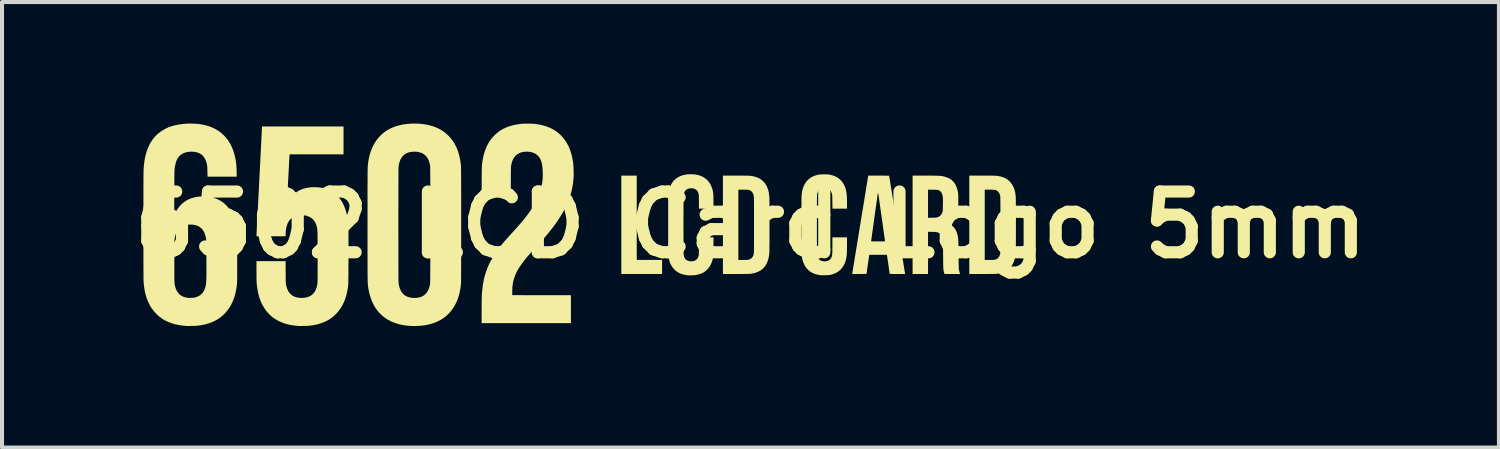
<source format=kicad_pcb>
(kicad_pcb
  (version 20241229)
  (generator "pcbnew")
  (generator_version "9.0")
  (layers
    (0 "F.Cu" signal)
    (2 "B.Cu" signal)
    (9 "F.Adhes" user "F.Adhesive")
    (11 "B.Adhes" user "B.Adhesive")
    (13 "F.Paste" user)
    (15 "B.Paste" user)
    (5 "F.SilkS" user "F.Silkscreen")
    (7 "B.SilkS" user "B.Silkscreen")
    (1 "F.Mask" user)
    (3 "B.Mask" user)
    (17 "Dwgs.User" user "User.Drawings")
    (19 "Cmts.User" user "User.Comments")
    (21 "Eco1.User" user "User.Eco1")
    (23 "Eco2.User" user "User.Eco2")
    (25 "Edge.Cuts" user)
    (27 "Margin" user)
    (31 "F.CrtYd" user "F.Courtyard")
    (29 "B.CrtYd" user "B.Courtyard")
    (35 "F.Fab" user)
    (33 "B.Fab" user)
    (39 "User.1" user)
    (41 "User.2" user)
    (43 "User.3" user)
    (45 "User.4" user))
  (footprint "6502 LCD Card Logo 5mm"
    (layer "F.Cu")
    (at 15.479 2.5)
    (property "Reference" "6502 LCD Card Logo 5mm" (at 0 0 0) (layer "F.SilkS") (effects (font (size 1.5 1.5) (thickness 0.3))))
    (attr board_only exclude_from_pos_files exclude_from_bom)
    (fp_poly (pts (xy -2.809 -0.173) (xy -2.809 0.867) (xy -2.496 0.867) (xy -2.183 0.867) (xy -2.183 1.041) (xy -2.183 1.214) (xy -2.686 1.214) (xy -3.19 1.214) (xy -3.19 0) (xy -3.19 -1.214) (xy -2.999 -1.214) (xy -2.809 -1.214)) (stroke (width 0) (type solid)) (fill yes) (layer "F.SilkS"))
    (fp_poly (pts (xy -0.3 -1.214) (xy -0.244 -1.214) (xy -0.196 -1.214) (xy -0.155 -1.214) (xy -0.12 -1.213) (xy -0.09 -1.213) (xy -0.064 -1.212) (xy -0.043 -1.211) (xy -0.026 -1.211) (xy -0.011 -1.21) (xy 0.001 -1.208) (xy 0.007 -1.208) (xy 0.077 -1.196) (xy 0.141 -1.178) (xy 0.2 -1.154) (xy 0.252 -1.124) (xy 0.298 -1.088) (xy 0.339 -1.047) (xy 0.354 -1.028) (xy 0.386 -0.98) (xy 0.413 -0.927) (xy 0.434 -0.869) (xy 0.45 -0.807) (xy 0.46 -0.738) (xy 0.465 -0.687) (xy 0.466 -0.674) (xy 0.466 -0.653) (xy 0.467 -0.625) (xy 0.467 -0.59) (xy 0.468 -0.549) (xy 0.468 -0.503) (xy 0.468 -0.452) (xy 0.469 -0.396) (xy 0.469 -0.337) (xy 0.469 -0.275) (xy 0.469 -0.211) (xy 0.469 -0.144) (xy 0.469 -0.076) (xy 0.469 -0.008) (xy 0.469 0.06) (xy 0.469 0.128) (xy 0.469 0.195) (xy 0.469 0.26) (xy 0.469 0.323) (xy 0.469 0.382) (xy 0.469 0.439) (xy 0.468 0.491) (xy 0.468 0.538) (xy 0.467 0.58) (xy 0.467 0.616) (xy 0.467 0.646) (xy 0.466 0.668) (xy 0.465 0.683) (xy 0.465 0.685) (xy 0.457 0.763) (xy 0.443 0.835) (xy 0.423 0.9) (xy 0.398 0.959) (xy 0.366 1.012) (xy 0.329 1.058) (xy 0.287 1.099) (xy 0.238 1.133) (xy 0.183 1.161) (xy 0.123 1.184) (xy 0.057 1.2) (xy 0.007 1.208) (xy -0.005 1.209) (xy -0.018 1.21) (xy -0.034 1.211) (xy -0.053 1.212) (xy -0.077 1.213) (xy -0.104 1.213) (xy -0.137 1.213) (xy -0.175 1.214) (xy -0.22 1.214) (xy -0.271 1.214) (xy -0.33 1.214) (xy -0.363 1.214) (xy -0.681 1.214) (xy -0.681 0) (xy -0.681 -0.867) (xy -0.3 -0.867) (xy -0.3 0) (xy -0.3 0.867) (xy -0.186 0.867) (xy -0.148 0.867) (xy -0.119 0.867) (xy -0.095 0.866) (xy -0.076 0.865) (xy -0.062 0.864) (xy -0.051 0.862) (xy -0.045 0.861) (xy -0.01 0.848) (xy 0.019 0.829) (xy 0.043 0.804) (xy 0.062 0.773) (xy 0.076 0.734) (xy 0.079 0.72) (xy 0.08 0.716) (xy 0.081 0.71) (xy 0.082 0.704) (xy 0.083 0.695) (xy 0.083 0.685) (xy 0.084 0.673) (xy 0.084 0.658) (xy 0.085 0.64) (xy 0.085 0.618) (xy 0.086 0.592) (xy 0.086 0.562) (xy 0.086 0.528) (xy 0.086 0.488) (xy 0.086 0.442) (xy 0.087 0.391) (xy 0.087 0.334) (xy 0.087 0.269) (xy 0.087 0.198) (xy 0.087 0.119) (xy 0.087 0.032) (xy 0.087 0) (xy 0.087 -0.09) (xy 0.087 -0.171) (xy 0.087 -0.245) (xy 0.087 -0.312) (xy 0.087 -0.372) (xy 0.086 -0.425) (xy 0.086 -0.473) (xy 0.086 -0.515) (xy 0.086 -0.551) (xy 0.086 -0.583) (xy 0.085 -0.61) (xy 0.085 -0.633) (xy 0.085 -0.652) (xy 0.084 -0.668) (xy 0.084 -0.681) (xy 0.083 -0.692) (xy 0.082 -0.701) (xy 0.081 -0.708) (xy 0.081 -0.714) (xy 0.08 -0.719) (xy 0.079 -0.72) (xy 0.067 -0.761) (xy 0.05 -0.795) (xy 0.028 -0.822) (xy 0.000085 -0.843) (xy -0.033 -0.857) (xy -0.045 -0.861) (xy -0.055 -0.863) (xy -0.068 -0.864) (xy -0.084 -0.866) (xy -0.104 -0.866) (xy -0.131 -0.867) (xy -0.163 -0.867) (xy -0.186 -0.867) (xy -0.3 -0.867) (xy -0.681 -0.867) (xy -0.681 -1.214) (xy -0.363 -1.214)) (stroke (width 0) (type solid)) (fill yes) (layer "F.SilkS"))
    (fp_poly (pts (xy 5.784 -1.214) (xy 5.839 -1.214) (xy 5.887 -1.214) (xy 5.928 -1.214) (xy 5.964 -1.213) (xy 5.994 -1.213) (xy 6.019 -1.212) (xy 6.04 -1.211) (xy 6.058 -1.211) (xy 6.072 -1.21) (xy 6.085 -1.208) (xy 6.091 -1.208) (xy 6.161 -1.196) (xy 6.225 -1.178) (xy 6.283 -1.154) (xy 6.335 -1.124) (xy 6.382 -1.088) (xy 6.422 -1.046) (xy 6.457 -0.998) (xy 6.476 -0.965) (xy 6.497 -0.922) (xy 6.514 -0.879) (xy 6.527 -0.834) (xy 6.537 -0.786) (xy 6.544 -0.734) (xy 6.549 -0.676) (xy 6.549 -0.664) (xy 6.55 -0.644) (xy 6.55 -0.617) (xy 6.551 -0.583) (xy 6.551 -0.543) (xy 6.551 -0.497) (xy 6.552 -0.445) (xy 6.552 -0.389) (xy 6.552 -0.329) (xy 6.552 -0.266) (xy 6.553 -0.199) (xy 6.553 -0.13) (xy 6.553 -0.058) (xy 6.553 0) (xy 6.553 0.072) (xy 6.553 0.143) (xy 6.553 0.212) (xy 6.552 0.278) (xy 6.552 0.341) (xy 6.552 0.401) (xy 6.552 0.456) (xy 6.551 0.506) (xy 6.551 0.551) (xy 6.551 0.59) (xy 6.55 0.623) (xy 6.55 0.649) (xy 6.549 0.667) (xy 6.549 0.676) (xy 6.544 0.735) (xy 6.537 0.787) (xy 6.527 0.835) (xy 6.513 0.879) (xy 6.497 0.923) (xy 6.476 0.965) (xy 6.445 1.017) (xy 6.407 1.063) (xy 6.365 1.103) (xy 6.316 1.136) (xy 6.261 1.164) (xy 6.201 1.185) (xy 6.135 1.201) (xy 6.091 1.208) (xy 6.079 1.209) (xy 6.065 1.21) (xy 6.049 1.211) (xy 6.03 1.212) (xy 6.007 1.213) (xy 5.979 1.213) (xy 5.947 1.213) (xy 5.908 1.214) (xy 5.864 1.214) (xy 5.812 1.214) (xy 5.753 1.214) (xy 5.721 1.214) (xy 5.402 1.214) (xy 5.402 0) (xy 5.402 -0.867) (xy 5.783 -0.867) (xy 5.783 0) (xy 5.783 0.867) (xy 5.898 0.867) (xy 5.938 0.867) (xy 5.97 0.867) (xy 5.996 0.866) (xy 6.015 0.864) (xy 6.028 0.863) (xy 6.035 0.861) (xy 6.06 0.854) (xy 6.08 0.845) (xy 6.097 0.833) (xy 6.109 0.822) (xy 6.132 0.795) (xy 6.15 0.761) (xy 6.163 0.721) (xy 6.163 0.72) (xy 6.164 0.715) (xy 6.165 0.71) (xy 6.166 0.703) (xy 6.166 0.695) (xy 6.167 0.685) (xy 6.167 0.672) (xy 6.168 0.657) (xy 6.168 0.639) (xy 6.169 0.617) (xy 6.169 0.591) (xy 6.169 0.561) (xy 6.17 0.526) (xy 6.17 0.485) (xy 6.17 0.44) (xy 6.17 0.388) (xy 6.17 0.33) (xy 6.17 0.265) (xy 6.17 0.193) (xy 6.17 0.114) (xy 6.17 0.026) (xy 6.17 0) (xy 6.17 -0.09) (xy 6.17 -0.171) (xy 6.17 -0.246) (xy 6.17 -0.312) (xy 6.17 -0.372) (xy 6.17 -0.426) (xy 6.17 -0.473) (xy 6.17 -0.515) (xy 6.169 -0.551) (xy 6.169 -0.583) (xy 6.169 -0.61) (xy 6.168 -0.633) (xy 6.168 -0.652) (xy 6.168 -0.668) (xy 6.167 -0.682) (xy 6.166 -0.692) (xy 6.166 -0.701) (xy 6.165 -0.708) (xy 6.164 -0.714) (xy 6.163 -0.719) (xy 6.163 -0.72) (xy 6.151 -0.76) (xy 6.133 -0.794) (xy 6.11 -0.821) (xy 6.11 -0.821) (xy 6.097 -0.833) (xy 6.084 -0.843) (xy 6.07 -0.851) (xy 6.055 -0.857) (xy 6.038 -0.861) (xy 6.016 -0.864) (xy 5.99 -0.866) (xy 5.958 -0.867) (xy 5.919 -0.867) (xy 5.898 -0.867) (xy 5.783 -0.867) (xy 5.402 -0.867) (xy 5.402 -1.214) (xy 5.721 -1.214)) (stroke (width 0) (type solid)) (fill yes) (layer "F.SilkS"))
    (fp_poly (pts (xy -1.457 -1.248) (xy -1.426 -1.247) (xy -1.398 -1.246) (xy -1.376 -1.244) (xy -1.311 -1.232) (xy -1.251 -1.216) (xy -1.197 -1.194) (xy -1.172 -1.181) (xy -1.121 -1.149) (xy -1.075 -1.111) (xy -1.034 -1.066) (xy -0.999 -1.015) (xy -0.97 -0.958) (xy -0.946 -0.896) (xy -0.94 -0.874) (xy -0.935 -0.854) (xy -0.93 -0.836) (xy -0.927 -0.82) (xy -0.924 -0.802) (xy -0.921 -0.784) (xy -0.92 -0.764) (xy -0.918 -0.74) (xy -0.917 -0.712) (xy -0.916 -0.679) (xy -0.916 -0.64) (xy -0.915 -0.594) (xy -0.915 -0.583) (xy -0.913 -0.398) (xy -1.093 -0.398) (xy -1.273 -0.398) (xy -1.273 -0.56) (xy -1.273 -0.605) (xy -1.274 -0.642) (xy -1.274 -0.672) (xy -1.275 -0.696) (xy -1.276 -0.716) (xy -1.277 -0.731) (xy -1.278 -0.744) (xy -1.28 -0.754) (xy -1.28 -0.754) (xy -1.292 -0.795) (xy -1.308 -0.829) (xy -1.33 -0.856) (xy -1.357 -0.877) (xy -1.39 -0.892) (xy -1.428 -0.9) (xy -1.464 -0.902) (xy -1.507 -0.899) (xy -1.544 -0.889) (xy -1.575 -0.874) (xy -1.602 -0.851) (xy -1.623 -0.823) (xy -1.638 -0.787) (xy -1.648 -0.753) (xy -1.649 -0.744) (xy -1.65 -0.728) (xy -1.65 -0.704) (xy -1.651 -0.674) (xy -1.652 -0.637) (xy -1.652 -0.594) (xy -1.653 -0.547) (xy -1.653 -0.494) (xy -1.654 -0.438) (xy -1.654 -0.377) (xy -1.654 -0.314) (xy -1.655 -0.249) (xy -1.655 -0.181) (xy -1.655 -0.112) (xy -1.655 -0.042) (xy -1.655 0.028) (xy -1.655 0.098) (xy -1.655 0.167) (xy -1.655 0.235) (xy -1.654 0.301) (xy -1.654 0.365) (xy -1.654 0.426) (xy -1.653 0.483) (xy -1.653 0.536) (xy -1.652 0.585) (xy -1.652 0.629) (xy -1.651 0.667) (xy -1.651 0.698) (xy -1.65 0.723) (xy -1.649 0.741) (xy -1.648 0.751) (xy -1.648 0.752) (xy -1.637 0.793) (xy -1.621 0.827) (xy -1.601 0.854) (xy -1.575 0.875) (xy -1.544 0.889) (xy -1.508 0.899) (xy -1.492 0.901) (xy -1.448 0.902) (xy -1.408 0.897) (xy -1.373 0.885) (xy -1.342 0.867) (xy -1.317 0.842) (xy -1.298 0.811) (xy -1.291 0.795) (xy -1.287 0.785) (xy -1.284 0.774) (xy -1.281 0.763) (xy -1.279 0.751) (xy -1.277 0.737) (xy -1.276 0.72) (xy -1.275 0.699) (xy -1.274 0.673) (xy -1.274 0.642) (xy -1.274 0.605) (xy -1.273 0.561) (xy -1.273 0.518) (xy -1.273 0.309) (xy -1.093 0.309) (xy -0.913 0.309) (xy -0.915 0.538) (xy -0.915 0.591) (xy -0.916 0.635) (xy -0.916 0.673) (xy -0.917 0.706) (xy -0.918 0.733) (xy -0.919 0.756) (xy -0.921 0.775) (xy -0.922 0.793) (xy -0.925 0.809) (xy -0.928 0.824) (xy -0.931 0.839) (xy -0.935 0.856) (xy -0.94 0.874) (xy -0.959 0.932) (xy -0.985 0.988) (xy -1.016 1.04) (xy -1.052 1.087) (xy -1.092 1.128) (xy -1.112 1.144) (xy -1.158 1.174) (xy -1.21 1.2) (xy -1.269 1.221) (xy -1.332 1.236) (xy -1.376 1.244) (xy -1.392 1.245) (xy -1.414 1.246) (xy -1.44 1.247) (xy -1.468 1.247) (xy -1.496 1.247) (xy -1.523 1.247) (xy -1.545 1.246) (xy -1.561 1.245) (xy -1.586 1.242) (xy -1.615 1.236) (xy -1.646 1.23) (xy -1.675 1.222) (xy -1.7 1.215) (xy -1.704 1.214) (xy -1.762 1.189) (xy -1.816 1.158) (xy -1.863 1.121) (xy -1.905 1.077) (xy -1.941 1.027) (xy -1.972 0.971) (xy -1.997 0.908) (xy -2.016 0.84) (xy -2.023 0.807) (xy -2.033 0.755) (xy -2.033 0) (xy -2.033 -0.755) (xy -2.023 -0.807) (xy -2.007 -0.878) (xy -1.984 -0.943) (xy -1.956 -1.002) (xy -1.923 -1.055) (xy -1.884 -1.101) (xy -1.839 -1.141) (xy -1.788 -1.175) (xy -1.732 -1.203) (xy -1.669 -1.224) (xy -1.601 -1.239) (xy -1.572 -1.244) (xy -1.55 -1.246) (xy -1.522 -1.247) (xy -1.49 -1.248)) (stroke (width 0) (type solid)) (fill yes) (layer "F.SilkS"))
    (fp_poly (pts (xy 4.384 -1.214) (xy 4.444 -1.214) (xy 4.497 -1.214) (xy 4.544 -1.213) (xy 4.585 -1.212) (xy 4.621 -1.211) (xy 4.653 -1.21) (xy 4.68 -1.208) (xy 4.705 -1.206) (xy 4.726 -1.203) (xy 4.746 -1.199) (xy 4.765 -1.196) (xy 4.783 -1.191) (xy 4.801 -1.186) (xy 4.82 -1.18) (xy 4.825 -1.178) (xy 4.881 -1.157) (xy 4.93 -1.131) (xy 4.973 -1.099) (xy 5.011 -1.063) (xy 5.043 -1.02) (xy 5.07 -0.971) (xy 5.093 -0.916) (xy 5.111 -0.854) (xy 5.122 -0.802) (xy 5.124 -0.784) (xy 5.126 -0.759) (xy 5.128 -0.729) (xy 5.129 -0.693) (xy 5.13 -0.654) (xy 5.13 -0.613) (xy 5.13 -0.571) (xy 5.13 -0.53) (xy 5.129 -0.49) (xy 5.128 -0.453) (xy 5.127 -0.42) (xy 5.125 -0.392) (xy 5.123 -0.371) (xy 5.122 -0.364) (xy 5.107 -0.298) (xy 5.087 -0.239) (xy 5.062 -0.186) (xy 5.032 -0.141) (xy 4.996 -0.101) (xy 4.956 -0.068) (xy 4.917 -0.046) (xy 4.902 -0.037) (xy 4.891 -0.03) (xy 4.884 -0.025) (xy 4.883 -0.024) (xy 4.888 -0.02) (xy 4.897 -0.015) (xy 4.9 -0.015) (xy 4.944 0.004) (xy 4.982 0.028) (xy 5.017 0.058) (xy 5.046 0.094) (xy 5.071 0.136) (xy 5.092 0.185) (xy 5.109 0.241) (xy 5.122 0.304) (xy 5.126 0.331) (xy 5.127 0.342) (xy 5.128 0.355) (xy 5.129 0.371) (xy 5.13 0.391) (xy 5.131 0.414) (xy 5.132 0.443) (xy 5.133 0.476) (xy 5.133 0.516) (xy 5.134 0.561) (xy 5.135 0.614) (xy 5.135 0.674) (xy 5.136 0.723) (xy 5.137 0.796) (xy 5.137 0.86) (xy 5.138 0.918) (xy 5.139 0.968) (xy 5.14 1.01) (xy 5.141 1.044) (xy 5.142 1.07) (xy 5.143 1.089) (xy 5.144 1.098) (xy 5.152 1.137) (xy 5.161 1.172) (xy 5.17 1.195) (xy 5.178 1.214) (xy 4.984 1.214) (xy 4.79 1.214) (xy 4.781 1.186) (xy 4.777 1.173) (xy 4.774 1.16) (xy 4.771 1.149) (xy 4.768 1.137) (xy 4.766 1.124) (xy 4.764 1.109) (xy 4.762 1.093) (xy 4.761 1.074) (xy 4.76 1.051) (xy 4.759 1.024) (xy 4.758 0.993) (xy 4.757 0.957) (xy 4.757 0.914) (xy 4.756 0.866) (xy 4.756 0.81) (xy 4.755 0.747) (xy 4.755 0.728) (xy 4.754 0.664) (xy 4.754 0.607) (xy 4.753 0.559) (xy 4.753 0.516) (xy 4.752 0.481) (xy 4.752 0.45) (xy 4.751 0.425) (xy 4.75 0.404) (xy 4.75 0.387) (xy 4.749 0.374) (xy 4.748 0.363) (xy 4.747 0.354) (xy 4.746 0.347) (xy 4.745 0.344) (xy 4.736 0.309) (xy 4.726 0.282) (xy 4.714 0.259) (xy 4.7 0.24) (xy 4.685 0.225) (xy 4.668 0.21) (xy 4.649 0.199) (xy 4.627 0.19) (xy 4.602 0.183) (xy 4.573 0.178) (xy 4.537 0.175) (xy 4.495 0.174) (xy 4.468 0.174) (xy 4.383 0.173) (xy 4.383 0.694) (xy 4.383 1.214) (xy 4.192 1.214) (xy 4.002 1.214) (xy 4.002 0) (xy 4.002 -0.868) (xy 4.383 -0.868) (xy 4.383 -0.521) (xy 4.383 -0.173) (xy 4.468 -0.174) (xy 4.504 -0.174) (xy 4.536 -0.175) (xy 4.562 -0.177) (xy 4.582 -0.179) (xy 4.586 -0.179) (xy 4.626 -0.19) (xy 4.661 -0.207) (xy 4.689 -0.229) (xy 4.713 -0.258) (xy 4.731 -0.294) (xy 4.741 -0.324) (xy 4.743 -0.335) (xy 4.745 -0.354) (xy 4.747 -0.379) (xy 4.748 -0.409) (xy 4.749 -0.442) (xy 4.75 -0.478) (xy 4.751 -0.515) (xy 4.751 -0.552) (xy 4.751 -0.587) (xy 4.75 -0.62) (xy 4.75 -0.649) (xy 4.748 -0.673) (xy 4.747 -0.691) (xy 4.746 -0.694) (xy 4.737 -0.738) (xy 4.724 -0.776) (xy 4.705 -0.807) (xy 4.682 -0.832) (xy 4.654 -0.85) (xy 4.641 -0.855) (xy 4.634 -0.858) (xy 4.626 -0.86) (xy 4.618 -0.862) (xy 4.607 -0.863) (xy 4.592 -0.864) (xy 4.574 -0.865) (xy 4.549 -0.866) (xy 4.518 -0.866) (xy 4.5 -0.866) (xy 4.383 -0.868) (xy 4.002 -0.868) (xy 4.002 -1.214) (xy 4.315 -1.214)) (stroke (width 0) (type solid)) (fill yes) (layer "F.SilkS"))
    (fp_poly (pts (xy 1.839 -1.246) (xy 1.875 -1.245) (xy 1.909 -1.244) (xy 1.937 -1.241) (xy 1.957 -1.238) (xy 2.024 -1.221) (xy 2.086 -1.198) (xy 2.142 -1.169) (xy 2.192 -1.134) (xy 2.237 -1.093) (xy 2.275 -1.046) (xy 2.307 -0.992) (xy 2.334 -0.933) (xy 2.355 -0.867) (xy 2.364 -0.825) (xy 2.369 -0.796) (xy 2.373 -0.764) (xy 2.377 -0.727) (xy 2.379 -0.685) (xy 2.381 -0.637) (xy 2.381 -0.582) (xy 2.382 -0.528) (xy 2.382 -0.398) (xy 2.202 -0.398) (xy 2.023 -0.398) (xy 2.021 -0.566) (xy 2.021 -0.609) (xy 2.02 -0.644) (xy 2.02 -0.672) (xy 2.019 -0.695) (xy 2.018 -0.714) (xy 2.017 -0.728) (xy 2.016 -0.74) (xy 2.014 -0.75) (xy 2.012 -0.759) (xy 2.01 -0.767) (xy 1.996 -0.806) (xy 1.978 -0.839) (xy 1.955 -0.864) (xy 1.926 -0.883) (xy 1.893 -0.895) (xy 1.859 -0.9) (xy 1.814 -0.902) (xy 1.773 -0.896) (xy 1.738 -0.885) (xy 1.708 -0.866) (xy 1.684 -0.841) (xy 1.665 -0.811) (xy 1.662 -0.804) (xy 1.659 -0.798) (xy 1.656 -0.793) (xy 1.654 -0.787) (xy 1.652 -0.781) (xy 1.65 -0.773) (xy 1.648 -0.765) (xy 1.647 -0.755) (xy 1.645 -0.742) (xy 1.644 -0.728) (xy 1.643 -0.71) (xy 1.642 -0.689) (xy 1.641 -0.665) (xy 1.641 -0.637) (xy 1.64 -0.604) (xy 1.64 -0.566) (xy 1.64 -0.524) (xy 1.64 -0.475) (xy 1.639 -0.421) (xy 1.639 -0.361) (xy 1.639 -0.293) (xy 1.639 -0.219) (xy 1.639 -0.137) (xy 1.639 -0.048) (xy 1.639 0.002) (xy 1.639 0.095) (xy 1.639 0.179) (xy 1.639 0.256) (xy 1.639 0.326) (xy 1.639 0.388) (xy 1.64 0.444) (xy 1.64 0.494) (xy 1.64 0.538) (xy 1.64 0.577) (xy 1.64 0.611) (xy 1.641 0.64) (xy 1.641 0.665) (xy 1.641 0.686) (xy 1.642 0.704) (xy 1.642 0.718) (xy 1.643 0.73) (xy 1.643 0.739) (xy 1.644 0.747) (xy 1.645 0.753) (xy 1.646 0.758) (xy 1.647 0.762) (xy 1.647 0.763) (xy 1.66 0.803) (xy 1.679 0.836) (xy 1.702 0.862) (xy 1.73 0.881) (xy 1.764 0.894) (xy 1.8 0.9) (xy 1.844 0.902) (xy 1.883 0.897) (xy 1.918 0.886) (xy 1.948 0.869) (xy 1.957 0.862) (xy 1.975 0.844) (xy 1.989 0.824) (xy 2 0.8) (xy 2.005 0.787) (xy 2.009 0.775) (xy 2.012 0.761) (xy 2.015 0.746) (xy 2.017 0.727) (xy 2.018 0.705) (xy 2.02 0.678) (xy 2.021 0.646) (xy 2.021 0.608) (xy 2.022 0.564) (xy 2.022 0.512) (xy 2.022 0.494) (xy 2.022 0.309) (xy 2.202 0.309) (xy 2.382 0.309) (xy 2.382 0.483) (xy 2.382 0.544) (xy 2.381 0.598) (xy 2.38 0.645) (xy 2.379 0.685) (xy 2.377 0.721) (xy 2.375 0.752) (xy 2.372 0.779) (xy 2.368 0.804) (xy 2.364 0.825) (xy 2.347 0.894) (xy 2.324 0.957) (xy 2.294 1.014) (xy 2.259 1.066) (xy 2.219 1.111) (xy 2.172 1.15) (xy 2.12 1.182) (xy 2.063 1.209) (xy 2.041 1.216) (xy 2.012 1.226) (xy 1.984 1.233) (xy 1.956 1.238) (xy 1.926 1.242) (xy 1.892 1.244) (xy 1.852 1.245) (xy 1.836 1.246) (xy 1.808 1.246) (xy 1.782 1.246) (xy 1.76 1.246) (xy 1.743 1.246) (xy 1.732 1.245) (xy 1.73 1.245) (xy 1.659 1.233) (xy 1.595 1.215) (xy 1.536 1.191) (xy 1.483 1.162) (xy 1.436 1.126) (xy 1.394 1.084) (xy 1.357 1.035) (xy 1.331 0.99) (xy 1.307 0.938) (xy 1.288 0.883) (xy 1.274 0.825) (xy 1.264 0.761) (xy 1.261 0.721) (xy 1.26 0.709) (xy 1.26 0.689) (xy 1.259 0.661) (xy 1.259 0.627) (xy 1.258 0.587) (xy 1.258 0.541) (xy 1.258 0.49) (xy 1.257 0.435) (xy 1.257 0.376) (xy 1.257 0.314) (xy 1.257 0.248) (xy 1.257 0.181) (xy 1.257 0.113) (xy 1.257 0.043) (xy 1.257 -0.027) (xy 1.257 -0.096) (xy 1.257 -0.165) (xy 1.257 -0.233) (xy 1.257 -0.298) (xy 1.257 -0.362) (xy 1.257 -0.421) (xy 1.258 -0.478) (xy 1.258 -0.53) (xy 1.258 -0.577) (xy 1.259 -0.618) (xy 1.259 -0.654) (xy 1.26 -0.683) (xy 1.26 -0.705) (xy 1.261 -0.719) (xy 1.261 -0.721) (xy 1.268 -0.788) (xy 1.279 -0.849) (xy 1.295 -0.906) (xy 1.316 -0.96) (xy 1.331 -0.99) (xy 1.363 -1.044) (xy 1.4 -1.091) (xy 1.442 -1.131) (xy 1.489 -1.166) (xy 1.543 -1.195) (xy 1.602 -1.218) (xy 1.668 -1.235) (xy 1.682 -1.238) (xy 1.704 -1.241) (xy 1.733 -1.244) (xy 1.766 -1.245) (xy 1.802 -1.246)) (stroke (width 0) (type solid)) (fill yes) (layer "F.SilkS"))
    (fp_poly (pts (xy -5.46 -2.497) (xy -5.422 -2.497) (xy -5.388 -2.496) (xy -5.359 -2.494) (xy -5.339 -2.493) (xy -5.238 -2.479) (xy -5.144 -2.459) (xy -5.055 -2.435) (xy -4.972 -2.404) (xy -4.895 -2.368) (xy -4.824 -2.325) (xy -4.757 -2.277) (xy -4.695 -2.223) (xy -4.675 -2.203) (xy -4.619 -2.14) (xy -4.569 -2.073) (xy -4.524 -2.001) (xy -4.485 -1.924) (xy -4.452 -1.841) (xy -4.424 -1.753) (xy -4.401 -1.658) (xy -4.383 -1.557) (xy -4.376 -1.51) (xy -4.374 -1.483) (xy -4.371 -1.45) (xy -4.369 -1.411) (xy -4.368 -1.368) (xy -4.367 -1.324) (xy -4.366 -1.28) (xy -4.366 -1.237) (xy -4.367 -1.198) (xy -4.368 -1.164) (xy -4.37 -1.136) (xy -4.383 -1.019) (xy -4.403 -0.904) (xy -4.43 -0.79) (xy -4.465 -0.678) (xy -4.506 -0.566) (xy -4.555 -0.455) (xy -4.611 -0.344) (xy -4.676 -0.232) (xy -4.748 -0.119) (xy -4.817 -0.02) (xy -4.859 0.037) (xy -4.902 0.093) (xy -4.945 0.148) (xy -4.99 0.204) (xy -5.038 0.261) (xy -5.089 0.321) (xy -5.144 0.383) (xy -5.203 0.449) (xy -5.268 0.52) (xy -5.288 0.542) (xy -5.33 0.587) (xy -5.367 0.627) (xy -5.399 0.662) (xy -5.428 0.694) (xy -5.453 0.723) (xy -5.476 0.749) (xy -5.498 0.774) (xy -5.519 0.799) (xy -5.539 0.824) (xy -5.56 0.85) (xy -5.577 0.871) (xy -5.631 0.942) (xy -5.679 1.009) (xy -5.721 1.073) (xy -5.757 1.135) (xy -5.788 1.196) (xy -5.814 1.257) (xy -5.835 1.318) (xy -5.853 1.38) (xy -5.857 1.397) (xy -5.866 1.439) (xy -5.873 1.482) (xy -5.878 1.526) (xy -5.88 1.574) (xy -5.882 1.628) (xy -5.882 1.641) (xy -5.883 1.737) (xy -5.158 1.738) (xy -4.434 1.739) (xy -4.434 2.084) (xy -4.434 2.428) (xy -5.536 2.428) (xy -6.638 2.428) (xy -6.638 2.106) (xy -6.638 2.037) (xy -6.637 1.977) (xy -6.637 1.924) (xy -6.637 1.877) (xy -6.636 1.836) (xy -6.636 1.801) (xy -6.635 1.77) (xy -6.634 1.743) (xy -6.633 1.72) (xy -6.631 1.7) (xy -6.631 1.699) (xy -6.62 1.58) (xy -6.605 1.467) (xy -6.585 1.36) (xy -6.56 1.257) (xy -6.529 1.158) (xy -6.493 1.061) (xy -6.451 0.966) (xy -6.402 0.872) (xy -6.346 0.777) (xy -6.284 0.682) (xy -6.214 0.584) (xy -6.2 0.567) (xy -6.174 0.532) (xy -6.148 0.499) (xy -6.122 0.467) (xy -6.095 0.434) (xy -6.067 0.401) (xy -6.036 0.365) (xy -6.003 0.327) (xy -5.966 0.286) (xy -5.924 0.24) (xy -5.878 0.19) (xy -5.826 0.133) (xy -5.779 0.082) (xy -5.737 0.034) (xy -5.698 -0.01) (xy -5.662 -0.052) (xy -5.628 -0.092) (xy -5.596 -0.132) (xy -5.565 -0.171) (xy -5.533 -0.212) (xy -5.511 -0.24) (xy -5.444 -0.332) (xy -5.384 -0.422) (xy -5.331 -0.509) (xy -5.285 -0.594) (xy -5.245 -0.678) (xy -5.212 -0.762) (xy -5.185 -0.845) (xy -5.181 -0.859) (xy -5.162 -0.935) (xy -5.147 -1.008) (xy -5.137 -1.08) (xy -5.13 -1.153) (xy -5.128 -1.231) (xy -5.129 -1.292) (xy -5.132 -1.366) (xy -5.138 -1.433) (xy -5.147 -1.493) (xy -5.16 -1.547) (xy -5.176 -1.594) (xy -5.196 -1.636) (xy -5.219 -1.672) (xy -5.247 -1.704) (xy -5.279 -1.732) (xy -5.3 -1.748) (xy -5.345 -1.772) (xy -5.395 -1.79) (xy -5.45 -1.801) (xy -5.509 -1.806) (xy -5.548 -1.805) (xy -5.594 -1.801) (xy -5.634 -1.794) (xy -5.671 -1.784) (xy -5.707 -1.77) (xy -5.719 -1.763) (xy -5.763 -1.737) (xy -5.801 -1.704) (xy -5.834 -1.665) (xy -5.862 -1.619) (xy -5.884 -1.567) (xy -5.895 -1.528) (xy -5.899 -1.514) (xy -5.902 -1.501) (xy -5.905 -1.488) (xy -5.908 -1.475) (xy -5.91 -1.461) (xy -5.911 -1.445) (xy -5.913 -1.427) (xy -5.914 -1.406) (xy -5.915 -1.381) (xy -5.915 -1.352) (xy -5.916 -1.318) (xy -5.916 -1.278) (xy -5.917 -1.232) (xy -5.917 -1.179) (xy -5.917 -1.118) (xy -5.919 -0.808) (xy -6.279 -0.808) (xy -6.638 -0.808) (xy -6.637 -1.126) (xy -6.636 -1.188) (xy -6.636 -1.242) (xy -6.635 -1.289) (xy -6.635 -1.33) (xy -6.634 -1.365) (xy -6.634 -1.394) (xy -6.633 -1.42) (xy -6.632 -1.441) (xy -6.632 -1.459) (xy -6.63 -1.475) (xy -6.629 -1.489) (xy -6.628 -1.501) (xy -6.628 -1.504) (xy -6.612 -1.607) (xy -6.592 -1.704) (xy -6.567 -1.794) (xy -6.537 -1.879) (xy -6.502 -1.957) (xy -6.462 -2.031) (xy -6.416 -2.099) (xy -6.364 -2.163) (xy -6.307 -2.224) (xy -6.305 -2.225) (xy -6.243 -2.28) (xy -6.176 -2.328) (xy -6.103 -2.37) (xy -6.025 -2.406) (xy -5.941 -2.437) (xy -5.851 -2.461) (xy -5.755 -2.48) (xy -5.665 -2.493) (xy -5.642 -2.494) (xy -5.612 -2.496) (xy -5.577 -2.497) (xy -5.539 -2.497) (xy -5.499 -2.498)) (stroke (width 0) (type solid)) (fill yes) (layer "F.SilkS"))
    (fp_poly (pts (xy 3.102 -1.214) (xy 3.142 -1.214) (xy 3.182 -1.214) (xy 3.222 -1.214) (xy 3.261 -1.214) (xy 3.298 -1.214) (xy 3.331 -1.213) (xy 3.361 -1.213) (xy 3.386 -1.213) (xy 3.405 -1.213) (xy 3.417 -1.212) (xy 3.422 -1.212) (xy 3.422 -1.212) (xy 3.423 -1.208) (xy 3.425 -1.195) (xy 3.428 -1.175) (xy 3.433 -1.148) (xy 3.438 -1.114) (xy 3.445 -1.073) (xy 3.453 -1.025) (xy 3.461 -0.972) (xy 3.471 -0.912) (xy 3.482 -0.848) (xy 3.493 -0.778) (xy 3.505 -0.704) (xy 3.518 -0.625) (xy 3.531 -0.543) (xy 3.545 -0.456) (xy 3.56 -0.366) (xy 3.575 -0.273) (xy 3.59 -0.178) (xy 3.606 -0.08) (xy 3.617 -0.014) (xy 3.633 0.086) (xy 3.649 0.183) (xy 3.665 0.278) (xy 3.68 0.371) (xy 3.694 0.46) (xy 3.708 0.546) (xy 3.722 0.628) (xy 3.734 0.706) (xy 3.746 0.779) (xy 3.757 0.848) (xy 3.768 0.911) (xy 3.777 0.97) (xy 3.786 1.022) (xy 3.793 1.068) (xy 3.8 1.108) (xy 3.805 1.141) (xy 3.809 1.167) (xy 3.812 1.185) (xy 3.814 1.196) (xy 3.814 1.198) (xy 3.817 1.214) (xy 3.626 1.214) (xy 3.579 1.214) (xy 3.54 1.214) (xy 3.508 1.214) (xy 3.483 1.213) (xy 3.463 1.213) (xy 3.45 1.212) (xy 3.441 1.211) (xy 3.436 1.21) (xy 3.435 1.209) (xy 3.435 1.204) (xy 3.433 1.191) (xy 3.43 1.172) (xy 3.427 1.147) (xy 3.423 1.118) (xy 3.418 1.085) (xy 3.413 1.05) (xy 3.408 1.013) (xy 3.402 0.974) (xy 3.397 0.936) (xy 3.392 0.899) (xy 3.386 0.864) (xy 3.382 0.832) (xy 3.378 0.804) (xy 3.374 0.781) (xy 3.372 0.763) (xy 3.37 0.753) (xy 3.369 0.75) (xy 3.367 0.74) (xy 3.15 0.74) (xy 3.108 0.74) (xy 3.068 0.74) (xy 3.032 0.741) (xy 3.001 0.741) (xy 2.974 0.741) (xy 2.953 0.741) (xy 2.939 0.742) (xy 2.932 0.742) (xy 2.932 0.742) (xy 2.931 0.747) (xy 2.929 0.759) (xy 2.927 0.777) (xy 2.923 0.802) (xy 2.919 0.833) (xy 2.914 0.868) (xy 2.908 0.906) (xy 2.902 0.948) (xy 2.898 0.975) (xy 2.892 1.019) (xy 2.886 1.059) (xy 2.88 1.097) (xy 2.875 1.13) (xy 2.871 1.159) (xy 2.868 1.182) (xy 2.866 1.199) (xy 2.864 1.208) (xy 2.864 1.21) (xy 2.86 1.211) (xy 2.848 1.212) (xy 2.83 1.213) (xy 2.806 1.213) (xy 2.776 1.214) (xy 2.743 1.214) (xy 2.706 1.214) (xy 2.687 1.214) (xy 2.51 1.214) (xy 2.642 0.407) (xy 2.978 0.407) (xy 2.982 0.408) (xy 2.994 0.408) (xy 3.012 0.409) (xy 3.036 0.409) (xy 3.066 0.41) (xy 3.099 0.41) (xy 3.135 0.41) (xy 3.15 0.41) (xy 3.195 0.41) (xy 3.232 0.41) (xy 3.262 0.41) (xy 3.285 0.409) (xy 3.302 0.409) (xy 3.313 0.408) (xy 3.319 0.407) (xy 3.321 0.405) (xy 3.32 0.4) (xy 3.319 0.388) (xy 3.316 0.368) (xy 3.312 0.341) (xy 3.308 0.307) (xy 3.302 0.268) (xy 3.296 0.224) (xy 3.289 0.174) (xy 3.281 0.121) (xy 3.273 0.063) (xy 3.265 0.002) (xy 3.256 -0.062) (xy 3.246 -0.128) (xy 3.237 -0.195) (xy 3.227 -0.265) (xy 3.217 -0.334) (xy 3.207 -0.405) (xy 3.197 -0.475) (xy 3.187 -0.544) (xy 3.184 -0.568) (xy 3.178 -0.61) (xy 3.172 -0.65) (xy 3.167 -0.686) (xy 3.162 -0.718) (xy 3.158 -0.745) (xy 3.154 -0.767) (xy 3.152 -0.782) (xy 3.15 -0.789) (xy 3.15 -0.79) (xy 3.146 -0.791) (xy 3.146 -0.791) (xy 3.145 -0.786) (xy 3.143 -0.774) (xy 3.14 -0.755) (xy 3.136 -0.729) (xy 3.132 -0.697) (xy 3.127 -0.659) (xy 3.121 -0.617) (xy 3.114 -0.57) (xy 3.107 -0.519) (xy 3.099 -0.465) (xy 3.091 -0.409) (xy 3.083 -0.35) (xy 3.075 -0.29) (xy 3.066 -0.229) (xy 3.057 -0.168) (xy 3.049 -0.107) (xy 3.041 -0.046) (xy 3.032 0.013) (xy 3.024 0.07) (xy 3.017 0.124) (xy 3.01 0.176) (xy 3.003 0.223) (xy 2.997 0.267) (xy 2.992 0.305) (xy 2.987 0.339) (xy 2.984 0.366) (xy 2.981 0.387) (xy 2.979 0.401) (xy 2.978 0.407) (xy 2.978 0.407) (xy 2.642 0.407) (xy 2.708 0.001) (xy 2.724 -0.099) (xy 2.74 -0.197) (xy 2.756 -0.292) (xy 2.771 -0.385) (xy 2.786 -0.474) (xy 2.8 -0.56) (xy 2.813 -0.642) (xy 2.826 -0.72) (xy 2.838 -0.794) (xy 2.849 -0.863) (xy 2.859 -0.926) (xy 2.869 -0.984) (xy 2.877 -1.037) (xy 2.885 -1.083) (xy 2.891 -1.122) (xy 2.897 -1.155) (xy 2.901 -1.181) (xy 2.904 -1.2) (xy 2.906 -1.21) (xy 2.906 -1.213) (xy 2.91 -1.213) (xy 2.922 -1.214) (xy 2.94 -1.214) (xy 2.965 -1.214) (xy 2.994 -1.214) (xy 3.027 -1.214) (xy 3.063 -1.214)) (stroke (width 0) (type solid)) (fill yes) (layer "F.SilkS"))
    (fp_poly (pts (xy -8.216 -2.498) (xy -8.12 -2.49) (xy -8.027 -2.478) (xy -7.938 -2.46) (xy -7.853 -2.436) (xy -7.853 -2.436) (xy -7.769 -2.406) (xy -7.692 -2.371) (xy -7.621 -2.331) (xy -7.554 -2.284) (xy -7.491 -2.231) (xy -7.454 -2.196) (xy -7.396 -2.131) (xy -7.344 -2.061) (xy -7.298 -1.986) (xy -7.257 -1.905) (xy -7.223 -1.818) (xy -7.195 -1.725) (xy -7.172 -1.626) (xy -7.155 -1.521) (xy -7.149 -1.472) (xy -7.148 -1.463) (xy -7.148 -1.445) (xy -7.147 -1.42) (xy -7.147 -1.387) (xy -7.146 -1.348) (xy -7.146 -1.302) (xy -7.145 -1.25) (xy -7.145 -1.192) (xy -7.145 -1.128) (xy -7.144 -1.06) (xy -7.144 -0.987) (xy -7.144 -0.91) (xy -7.144 -0.829) (xy -7.143 -0.745) (xy -7.143 -0.657) (xy -7.143 -0.567) (xy -7.143 -0.475) (xy -7.143 -0.381) (xy -7.143 -0.285) (xy -7.143 -0.188) (xy -7.143 -0.09) (xy -7.143 0.008) (xy -7.143 0.106) (xy -7.143 0.203) (xy -7.143 0.3) (xy -7.143 0.396) (xy -7.143 0.49) (xy -7.143 0.582) (xy -7.143 0.671) (xy -7.143 0.758) (xy -7.144 0.842) (xy -7.144 0.923) (xy -7.144 0.999) (xy -7.145 1.071) (xy -7.145 1.139) (xy -7.145 1.201) (xy -7.146 1.258) (xy -7.146 1.309) (xy -7.146 1.354) (xy -7.147 1.393) (xy -7.147 1.424) (xy -7.148 1.448) (xy -7.148 1.465) (xy -7.149 1.472) (xy -7.163 1.579) (xy -7.183 1.679) (xy -7.208 1.774) (xy -7.239 1.862) (xy -7.276 1.944) (xy -7.288 1.967) (xy -7.335 2.047) (xy -7.387 2.12) (xy -7.445 2.187) (xy -7.508 2.247) (xy -7.577 2.301) (xy -7.651 2.348) (xy -7.731 2.389) (xy -7.816 2.424) (xy -7.907 2.452) (xy -8.003 2.473) (xy -8.061 2.483) (xy -8.136 2.492) (xy -8.215 2.497) (xy -8.295 2.5) (xy -8.371 2.498) (xy -8.393 2.497) (xy -8.5 2.488) (xy -8.601 2.472) (xy -8.696 2.45) (xy -8.787 2.421) (xy -8.872 2.386) (xy -8.951 2.345) (xy -9.025 2.297) (xy -9.094 2.242) (xy -9.157 2.181) (xy -9.215 2.114) (xy -9.267 2.04) (xy -9.271 2.033) (xy -9.311 1.963) (xy -9.346 1.887) (xy -9.377 1.805) (xy -9.403 1.719) (xy -9.424 1.63) (xy -9.432 1.589) (xy -9.434 1.577) (xy -9.436 1.565) (xy -9.438 1.554) (xy -9.44 1.544) (xy -9.441 1.533) (xy -9.443 1.521) (xy -9.444 1.509) (xy -9.445 1.496) (xy -9.446 1.482) (xy -9.448 1.467) (xy -9.449 1.449) (xy -9.449 1.43) (xy -9.45 1.408) (xy -9.451 1.383) (xy -9.452 1.356) (xy -9.452 1.325) (xy -9.453 1.291) (xy -9.453 1.253) (xy -9.454 1.211) (xy -9.454 1.164) (xy -9.454 1.113) (xy -9.454 1.057) (xy -9.455 0.995) (xy -9.455 0.929) (xy -9.455 0.856) (xy -9.455 0.777) (xy -9.455 0.692) (xy -9.455 0.6) (xy -9.455 0.501) (xy -9.455 0.395) (xy -9.455 0.281) (xy -9.455 0.16) (xy -9.455 0.03) (xy -9.455 0.016) (xy -8.694 0.016) (xy -8.694 0.112) (xy -8.694 0.207) (xy -8.694 0.302) (xy -8.693 0.395) (xy -8.693 0.487) (xy -8.693 0.577) (xy -8.693 0.664) (xy -8.693 0.749) (xy -8.693 0.83) (xy -8.693 0.908) (xy -8.693 0.982) (xy -8.692 1.052) (xy -8.692 1.117) (xy -8.692 1.177) (xy -8.692 1.231) (xy -8.691 1.28) (xy -8.691 1.322) (xy -8.691 1.357) (xy -8.69 1.386) (xy -8.69 1.407) (xy -8.69 1.42) (xy -8.689 1.425) (xy -8.679 1.492) (xy -8.664 1.553) (xy -8.643 1.607) (xy -8.617 1.655) (xy -8.586 1.696) (xy -8.549 1.731) (xy -8.507 1.759) (xy -8.46 1.78) (xy -8.407 1.795) (xy -8.349 1.804) (xy -8.302 1.806) (xy -8.278 1.805) (xy -8.251 1.804) (xy -8.226 1.801) (xy -8.22 1.8) (xy -8.186 1.794) (xy -8.157 1.787) (xy -8.131 1.778) (xy -8.103 1.765) (xy -8.103 1.765) (xy -8.06 1.74) (xy -8.022 1.707) (xy -7.989 1.668) (xy -7.962 1.622) (xy -7.939 1.57) (xy -7.921 1.511) (xy -7.91 1.455) (xy -7.91 1.447) (xy -7.909 1.432) (xy -7.909 1.408) (xy -7.908 1.377) (xy -7.908 1.339) (xy -7.907 1.295) (xy -7.907 1.245) (xy -7.907 1.188) (xy -7.906 1.127) (xy -7.906 1.06) (xy -7.906 0.989) (xy -7.905 0.913) (xy -7.905 0.834) (xy -7.905 0.751) (xy -7.905 0.665) (xy -7.905 0.576) (xy -7.904 0.485) (xy -7.904 0.392) (xy -7.904 0.297) (xy -7.904 0.202) (xy -7.904 0.105) (xy -7.904 0.008) (xy -7.904 -0.089) (xy -7.904 -0.186) (xy -7.904 -0.281) (xy -7.904 -0.376) (xy -7.904 -0.47) (xy -7.905 -0.561) (xy -7.905 -0.65) (xy -7.905 -0.737) (xy -7.905 -0.82) (xy -7.905 -0.9) (xy -7.906 -0.976) (xy -7.906 -1.048) (xy -7.906 -1.116) (xy -7.907 -1.178) (xy -7.907 -1.236) (xy -7.907 -1.287) (xy -7.908 -1.332) (xy -7.908 -1.371) (xy -7.909 -1.403) (xy -7.909 -1.428) (xy -7.91 -1.445) (xy -7.91 -1.454) (xy -7.91 -1.455) (xy -7.923 -1.52) (xy -7.941 -1.578) (xy -7.964 -1.629) (xy -7.992 -1.673) (xy -8.025 -1.71) (xy -8.063 -1.742) (xy -8.106 -1.767) (xy -8.156 -1.786) (xy -8.21 -1.799) (xy -8.235 -1.802) (xy -8.273 -1.805) (xy -8.315 -1.805) (xy -8.357 -1.803) (xy -8.395 -1.797) (xy -8.404 -1.796) (xy -8.457 -1.781) (xy -8.505 -1.76) (xy -8.547 -1.732) (xy -8.584 -1.698) (xy -8.616 -1.657) (xy -8.642 -1.61) (xy -8.663 -1.556) (xy -8.679 -1.496) (xy -8.689 -1.429) (xy -8.689 -1.425) (xy -8.69 -1.417) (xy -8.69 -1.401) (xy -8.691 -1.377) (xy -8.691 -1.346) (xy -8.691 -1.309) (xy -8.691 -1.264) (xy -8.692 -1.214) (xy -8.692 -1.158) (xy -8.692 -1.096) (xy -8.692 -1.03) (xy -8.693 -0.958) (xy -8.693 -0.883) (xy -8.693 -0.804) (xy -8.693 -0.721) (xy -8.693 -0.636) (xy -8.693 -0.548) (xy -8.693 -0.457) (xy -8.694 -0.365) (xy -8.694 -0.271) (xy -8.694 -0.176) (xy -8.694 -0.08) (xy -8.694 0.016) (xy -9.455 0.016) (xy -9.455 0) (xy -9.455 -0.13) (xy -9.455 -0.252) (xy -9.455 -0.367) (xy -9.455 -0.473) (xy -9.455 -0.572) (xy -9.455 -0.664) (xy -9.455 -0.75) (xy -9.455 -0.829) (xy -9.455 -0.901) (xy -9.455 -0.968) (xy -9.454 -1.029) (xy -9.454 -1.084) (xy -9.454 -1.135) (xy -9.454 -1.18) (xy -9.454 -1.221) (xy -9.453 -1.258) (xy -9.453 -1.29) (xy -9.453 -1.319) (xy -9.453 -1.344) (xy -9.452 -1.367) (xy -9.452 -1.386) (xy -9.451 -1.402) (xy -9.451 -1.417) (xy -9.45 -1.429) (xy -9.45 -1.439) (xy -9.449 -1.448) (xy -9.449 -1.455) (xy -9.436 -1.564) (xy -9.416 -1.667) (xy -9.391 -1.764) (xy -9.359 -1.856) (xy -9.321 -1.942) (xy -9.277 -2.023) (xy -9.227 -2.098) (xy -9.17 -2.167) (xy -9.14 -2.198) (xy -9.078 -2.256) (xy -9.012 -2.307) (xy -8.941 -2.351) (xy -8.866 -2.39) (xy -8.784 -2.423) (xy -8.766 -2.429) (xy -8.683 -2.454) (xy -8.595 -2.473) (xy -8.503 -2.487) (xy -8.408 -2.496) (xy -8.312 -2.499)) (stroke (width 0) (type solid)) (fill yes) (layer "F.SilkS"))
    (fp_poly (pts (xy -10.047 -2.084) (xy -10.047 -1.739) (xy -10.713 -1.739) (xy -11.379 -1.739) (xy -11.382 -1.704) (xy -11.383 -1.695) (xy -11.383 -1.679) (xy -11.385 -1.655) (xy -11.387 -1.624) (xy -11.389 -1.587) (xy -11.391 -1.545) (xy -11.393 -1.497) (xy -11.396 -1.445) (xy -11.399 -1.389) (xy -11.402 -1.329) (xy -11.406 -1.267) (xy -11.409 -1.202) (xy -11.412 -1.155) (xy -11.415 -1.089) (xy -11.419 -1.025) (xy -11.422 -0.964) (xy -11.425 -0.905) (xy -11.428 -0.85) (xy -11.431 -0.8) (xy -11.433 -0.754) (xy -11.436 -0.713) (xy -11.437 -0.678) (xy -11.439 -0.649) (xy -11.44 -0.628) (xy -11.441 -0.613) (xy -11.442 -0.608) (xy -11.443 -0.592) (xy -11.443 -0.582) (xy -11.441 -0.577) (xy -11.438 -0.575) (xy -11.435 -0.575) (xy -11.427 -0.579) (xy -11.421 -0.588) (xy -11.411 -0.603) (xy -11.397 -0.623) (xy -11.38 -0.645) (xy -11.361 -0.669) (xy -11.341 -0.693) (xy -11.322 -0.714) (xy -11.308 -0.728) (xy -11.252 -0.777) (xy -11.19 -0.82) (xy -11.124 -0.856) (xy -11.054 -0.885) (xy -10.979 -0.907) (xy -10.901 -0.921) (xy -10.819 -0.929) (xy -10.734 -0.929) (xy -10.731 -0.929) (xy -10.644 -0.922) (xy -10.562 -0.909) (xy -10.486 -0.889) (xy -10.414 -0.863) (xy -10.348 -0.831) (xy -10.287 -0.791) (xy -10.23 -0.745) (xy -10.178 -0.692) (xy -10.153 -0.664) (xy -10.109 -0.604) (xy -10.07 -0.539) (xy -10.036 -0.469) (xy -10.006 -0.393) (xy -9.981 -0.311) (xy -9.961 -0.224) (xy -9.945 -0.129) (xy -9.933 -0.028) (xy -9.931 -0.008) (xy -9.93 0.003) (xy -9.929 0.015) (xy -9.929 0.028) (xy -9.928 0.043) (xy -9.928 0.061) (xy -9.927 0.081) (xy -9.927 0.104) (xy -9.926 0.13) (xy -9.926 0.161) (xy -9.926 0.196) (xy -9.926 0.235) (xy -9.925 0.279) (xy -9.925 0.33) (xy -9.925 0.386) (xy -9.925 0.448) (xy -9.925 0.517) (xy -9.926 0.594) (xy -9.926 0.678) (xy -9.926 0.759) (xy -9.926 0.851) (xy -9.926 0.935) (xy -9.926 1.011) (xy -9.927 1.079) (xy -9.927 1.142) (xy -9.927 1.197) (xy -9.927 1.248) (xy -9.928 1.292) (xy -9.928 1.332) (xy -9.929 1.367) (xy -9.929 1.398) (xy -9.93 1.426) (xy -9.931 1.45) (xy -9.932 1.471) (xy -9.933 1.491) (xy -9.935 1.508) (xy -9.936 1.524) (xy -9.938 1.539) (xy -9.94 1.553) (xy -9.942 1.567) (xy -9.945 1.582) (xy -9.948 1.597) (xy -9.951 1.613) (xy -9.953 1.625) (xy -9.974 1.723) (xy -10.002 1.817) (xy -10.036 1.905) (xy -10.076 1.988) (xy -10.123 2.065) (xy -10.175 2.136) (xy -10.232 2.201) (xy -10.296 2.26) (xy -10.365 2.313) (xy -10.382 2.325) (xy -10.453 2.367) (xy -10.531 2.403) (xy -10.614 2.434) (xy -10.703 2.46) (xy -10.797 2.479) (xy -10.891 2.492) (xy -10.908 2.493) (xy -10.931 2.494) (xy -10.958 2.496) (xy -10.989 2.497) (xy -11.021 2.497) (xy -11.053 2.498) (xy -11.083 2.499) (xy -11.11 2.499) (xy -11.132 2.499) (xy -11.148 2.498) (xy -11.152 2.498) (xy -11.163 2.497) (xy -11.181 2.495) (xy -11.202 2.493) (xy -11.224 2.492) (xy -11.319 2.48) (xy -11.412 2.461) (xy -11.5 2.437) (xy -11.585 2.405) (xy -11.664 2.368) (xy -11.738 2.325) (xy -11.806 2.277) (xy -11.814 2.271) (xy -11.839 2.249) (xy -11.868 2.221) (xy -11.897 2.191) (xy -11.926 2.16) (xy -11.952 2.13) (xy -11.973 2.103) (xy -11.975 2.099) (xy -12.022 2.027) (xy -12.064 1.951) (xy -12.099 1.871) (xy -12.129 1.786) (xy -12.153 1.696) (xy -12.172 1.6) (xy -12.186 1.498) (xy -12.19 1.456) (xy -12.192 1.436) (xy -12.193 1.412) (xy -12.194 1.384) (xy -12.195 1.352) (xy -12.196 1.314) (xy -12.196 1.27) (xy -12.196 1.219) (xy -12.197 1.16) (xy -12.197 1.141) (xy -12.197 0.897) (xy -11.837 0.897) (xy -11.478 0.897) (xy -11.476 1.167) (xy -11.476 1.221) (xy -11.476 1.268) (xy -11.475 1.308) (xy -11.475 1.342) (xy -11.475 1.37) (xy -11.474 1.394) (xy -11.473 1.413) (xy -11.473 1.429) (xy -11.472 1.442) (xy -11.47 1.453) (xy -11.469 1.463) (xy -11.468 1.473) (xy -11.466 1.483) (xy -11.465 1.484) (xy -11.455 1.53) (xy -11.441 1.574) (xy -11.424 1.613) (xy -11.409 1.643) (xy -11.394 1.665) (xy -11.375 1.688) (xy -11.352 1.712) (xy -11.329 1.733) (xy -11.307 1.75) (xy -11.299 1.755) (xy -11.259 1.774) (xy -11.213 1.789) (xy -11.163 1.8) (xy -11.11 1.805) (xy -11.057 1.805) (xy -11.004 1.8) (xy -11.004 1.8) (xy -10.947 1.788) (xy -10.896 1.77) (xy -10.851 1.746) (xy -10.811 1.715) (xy -10.777 1.678) (xy -10.749 1.635) (xy -10.726 1.585) (xy -10.708 1.528) (xy -10.703 1.51) (xy -10.701 1.5) (xy -10.699 1.489) (xy -10.697 1.479) (xy -10.695 1.467) (xy -10.694 1.455) (xy -10.692 1.441) (xy -10.691 1.425) (xy -10.69 1.407) (xy -10.689 1.386) (xy -10.689 1.361) (xy -10.688 1.333) (xy -10.688 1.301) (xy -10.687 1.264) (xy -10.687 1.222) (xy -10.687 1.175) (xy -10.687 1.122) (xy -10.687 1.062) (xy -10.687 0.996) (xy -10.687 0.923) (xy -10.687 0.842) (xy -10.687 0.755) (xy -10.688 0.669) (xy -10.688 0.592) (xy -10.688 0.522) (xy -10.688 0.459) (xy -10.688 0.402) (xy -10.689 0.352) (xy -10.689 0.308) (xy -10.689 0.269) (xy -10.69 0.235) (xy -10.69 0.206) (xy -10.691 0.181) (xy -10.692 0.159) (xy -10.692 0.14) (xy -10.693 0.124) (xy -10.695 0.111) (xy -10.696 0.099) (xy -10.697 0.089) (xy -10.699 0.079) (xy -10.701 0.07) (xy -10.703 0.062) (xy -10.706 0.052) (xy -10.708 0.042) (xy -10.709 0.039) (xy -10.727 -0.017) (xy -10.751 -0.067) (xy -10.781 -0.11) (xy -10.816 -0.148) (xy -10.857 -0.179) (xy -10.903 -0.203) (xy -10.955 -0.222) (xy -10.978 -0.227) (xy -11.007 -0.232) (xy -11.042 -0.234) (xy -11.08 -0.235) (xy -11.118 -0.234) (xy -11.155 -0.231) (xy -11.186 -0.227) (xy -11.194 -0.225) (xy -11.246 -0.209) (xy -11.293 -0.187) (xy -11.334 -0.159) (xy -11.371 -0.124) (xy -11.401 -0.083) (xy -11.427 -0.036) (xy -11.447 0.018) (xy -11.462 0.079) (xy -11.472 0.146) (xy -11.476 0.21) (xy -11.479 0.283) (xy -11.838 0.283) (xy -12.197 0.283) (xy -12.197 0.268) (xy -12.196 0.263) (xy -12.196 0.249) (xy -12.195 0.228) (xy -12.193 0.199) (xy -12.192 0.163) (xy -12.189 0.121) (xy -12.187 0.072) (xy -12.184 0.017) (xy -12.181 -0.043) (xy -12.178 -0.109) (xy -12.174 -0.18) (xy -12.17 -0.255) (xy -12.166 -0.335) (xy -12.162 -0.419) (xy -12.158 -0.506) (xy -12.153 -0.597) (xy -12.148 -0.69) (xy -12.143 -0.786) (xy -12.138 -0.884) (xy -12.137 -0.905) (xy -12.132 -1.005) (xy -12.127 -1.105) (xy -12.122 -1.203) (xy -12.117 -1.3) (xy -12.112 -1.394) (xy -12.108 -1.486) (xy -12.103 -1.575) (xy -12.099 -1.66) (xy -12.095 -1.741) (xy -12.091 -1.818) (xy -12.087 -1.89) (xy -12.084 -1.957) (xy -12.08 -2.019) (xy -12.078 -2.074) (xy -12.075 -2.123) (xy -12.073 -2.165) (xy -12.071 -2.2) (xy -12.07 -2.228) (xy -12.069 -2.245) (xy -12.06 -2.428) (xy -11.054 -2.428) (xy -10.047 -2.428)) (stroke (width 0) (type solid)) (fill yes) (layer "F.SilkS"))
    (fp_poly (pts (xy -13.735 -2.497) (xy -13.64 -2.49) (xy -13.559 -2.479) (xy -13.463 -2.459) (xy -13.372 -2.434) (xy -13.287 -2.401) (xy -13.207 -2.362) (xy -13.133 -2.317) (xy -13.064 -2.265) (xy -13 -2.207) (xy -12.941 -2.142) (xy -12.935 -2.134) (xy -12.886 -2.067) (xy -12.842 -1.994) (xy -12.803 -1.915) (xy -12.77 -1.83) (xy -12.742 -1.741) (xy -12.72 -1.648) (xy -12.715 -1.625) (xy -12.708 -1.581) (xy -12.702 -1.54) (xy -12.697 -1.498) (xy -12.693 -1.454) (xy -12.69 -1.407) (xy -12.688 -1.355) (xy -12.686 -1.297) (xy -12.686 -1.26) (xy -12.685 -1.189) (xy -13.045 -1.189) (xy -13.405 -1.189) (xy -13.408 -1.313) (xy -13.409 -1.356) (xy -13.41 -1.392) (xy -13.411 -1.422) (xy -13.413 -1.445) (xy -13.415 -1.464) (xy -13.417 -1.473) (xy -13.431 -1.535) (xy -13.449 -1.589) (xy -13.472 -1.636) (xy -13.499 -1.678) (xy -13.531 -1.713) (xy -13.569 -1.744) (xy -13.576 -1.749) (xy -13.615 -1.77) (xy -13.66 -1.786) (xy -13.709 -1.798) (xy -13.761 -1.804) (xy -13.814 -1.806) (xy -13.868 -1.802) (xy -13.919 -1.794) (xy -13.968 -1.78) (xy -14.013 -1.761) (xy -14.016 -1.76) (xy -14.053 -1.737) (xy -14.087 -1.711) (xy -14.116 -1.68) (xy -14.141 -1.644) (xy -14.163 -1.603) (xy -14.181 -1.556) (xy -14.196 -1.502) (xy -14.209 -1.441) (xy -14.219 -1.373) (xy -14.219 -1.369) (xy -14.22 -1.358) (xy -14.221 -1.338) (xy -14.222 -1.311) (xy -14.222 -1.275) (xy -14.223 -1.231) (xy -14.224 -1.18) (xy -14.224 -1.12) (xy -14.225 -1.053) (xy -14.225 -0.979) (xy -14.226 -0.897) (xy -14.226 -0.807) (xy -14.226 -0.805) (xy -14.226 -0.727) (xy -14.226 -0.658) (xy -14.227 -0.596) (xy -14.227 -0.541) (xy -14.227 -0.493) (xy -14.227 -0.451) (xy -14.227 -0.415) (xy -14.227 -0.385) (xy -14.227 -0.359) (xy -14.226 -0.338) (xy -14.226 -0.321) (xy -14.226 -0.308) (xy -14.225 -0.297) (xy -14.224 -0.29) (xy -14.224 -0.285) (xy -14.223 -0.282) (xy -14.222 -0.28) (xy -14.221 -0.279) (xy -14.22 -0.279) (xy -14.22 -0.279) (xy -14.215 -0.281) (xy -14.208 -0.289) (xy -14.199 -0.302) (xy -14.188 -0.322) (xy -14.185 -0.326) (xy -14.143 -0.395) (xy -14.097 -0.456) (xy -14.046 -0.51) (xy -13.991 -0.557) (xy -13.931 -0.598) (xy -13.866 -0.631) (xy -13.796 -0.658) (xy -13.72 -0.679) (xy -13.638 -0.694) (xy -13.635 -0.694) (xy -13.608 -0.697) (xy -13.574 -0.698) (xy -13.537 -0.699) (xy -13.498 -0.699) (xy -13.459 -0.698) (xy -13.423 -0.696) (xy -13.391 -0.694) (xy -13.379 -0.692) (xy -13.297 -0.677) (xy -13.22 -0.655) (xy -13.148 -0.627) (xy -13.081 -0.591) (xy -13.019 -0.549) (xy -12.962 -0.5) (xy -12.91 -0.445) (xy -12.862 -0.382) (xy -12.82 -0.312) (xy -12.783 -0.236) (xy -12.767 -0.197) (xy -12.744 -0.131) (xy -12.724 -0.059) (xy -12.706 0.021) (xy -12.692 0.106) (xy -12.681 0.197) (xy -12.678 0.231) (xy -12.677 0.243) (xy -12.676 0.258) (xy -12.676 0.278) (xy -12.675 0.302) (xy -12.675 0.331) (xy -12.674 0.365) (xy -12.674 0.405) (xy -12.673 0.45) (xy -12.673 0.502) (xy -12.673 0.56) (xy -12.673 0.626) (xy -12.673 0.699) (xy -12.673 0.779) (xy -12.673 0.848) (xy -12.673 0.932) (xy -12.673 1.007) (xy -12.673 1.075) (xy -12.673 1.136) (xy -12.673 1.191) (xy -12.673 1.24) (xy -12.673 1.283) (xy -12.674 1.322) (xy -12.675 1.356) (xy -12.675 1.386) (xy -12.676 1.413) (xy -12.677 1.437) (xy -12.679 1.458) (xy -12.68 1.478) (xy -12.682 1.496) (xy -12.684 1.514) (xy -12.687 1.531) (xy -12.689 1.548) (xy -12.692 1.566) (xy -12.696 1.586) (xy -12.698 1.601) (xy -12.719 1.701) (xy -12.747 1.796) (xy -12.78 1.885) (xy -12.82 1.969) (xy -12.866 2.047) (xy -12.918 2.119) (xy -12.976 2.186) (xy -13.039 2.247) (xy -13.109 2.301) (xy -13.136 2.32) (xy -13.209 2.363) (xy -13.288 2.401) (xy -13.373 2.433) (xy -13.463 2.458) (xy -13.559 2.478) (xy -13.643 2.49) (xy -13.664 2.492) (xy -13.692 2.493) (xy -13.723 2.495) (xy -13.758 2.496) (xy -13.794 2.497) (xy -13.829 2.498) (xy -13.861 2.499) (xy -13.89 2.499) (xy -13.913 2.498) (xy -13.923 2.498) (xy -14.026 2.488) (xy -14.122 2.473) (xy -14.213 2.454) (xy -14.297 2.429) (xy -14.376 2.399) (xy -14.45 2.364) (xy -14.52 2.322) (xy -14.585 2.275) (xy -14.646 2.222) (xy -14.678 2.191) (xy -14.735 2.126) (xy -14.787 2.057) (xy -14.832 1.983) (xy -14.871 1.904) (xy -14.905 1.82) (xy -14.933 1.73) (xy -14.955 1.635) (xy -14.971 1.534) (xy -14.982 1.426) (xy -14.984 1.396) (xy -14.985 1.385) (xy -14.985 1.366) (xy -14.986 1.34) (xy -14.986 1.306) (xy -14.986 1.265) (xy -14.986 1.218) (xy -14.987 1.165) (xy -14.987 1.106) (xy -14.987 1.042) (xy -14.988 0.973) (xy -14.988 0.901) (xy -14.225 0.901) (xy -14.225 0.981) (xy -14.225 1.052) (xy -14.225 1.117) (xy -14.225 1.174) (xy -14.225 1.224) (xy -14.224 1.269) (xy -14.224 1.308) (xy -14.224 1.343) (xy -14.223 1.372) (xy -14.222 1.398) (xy -14.221 1.42) (xy -14.22 1.439) (xy -14.218 1.456) (xy -14.217 1.47) (xy -14.214 1.483) (xy -14.212 1.495) (xy -14.21 1.506) (xy -14.207 1.517) (xy -14.203 1.529) (xy -14.2 1.542) (xy -14.18 1.597) (xy -14.155 1.646) (xy -14.124 1.689) (xy -14.088 1.725) (xy -14.047 1.754) (xy -14.001 1.777) (xy -13.95 1.792) (xy -13.923 1.798) (xy -13.906 1.801) (xy -13.893 1.803) (xy -13.885 1.804) (xy -13.885 1.804) (xy -13.875 1.805) (xy -13.859 1.806) (xy -13.838 1.805) (xy -13.815 1.804) (xy -13.791 1.803) (xy -13.767 1.801) (xy -13.747 1.8) (xy -13.731 1.797) (xy -13.726 1.797) (xy -13.671 1.781) (xy -13.623 1.759) (xy -13.58 1.732) (xy -13.543 1.698) (xy -13.511 1.658) (xy -13.485 1.611) (xy -13.464 1.558) (xy -13.449 1.498) (xy -13.449 1.498) (xy -13.446 1.484) (xy -13.444 1.469) (xy -13.442 1.453) (xy -13.44 1.435) (xy -13.438 1.415) (xy -13.437 1.392) (xy -13.436 1.366) (xy -13.435 1.336) (xy -13.434 1.302) (xy -13.433 1.263) (xy -13.433 1.219) (xy -13.433 1.169) (xy -13.432 1.113) (xy -13.432 1.05) (xy -13.433 0.98) (xy -13.433 0.903) (xy -13.433 0.846) (xy -13.433 0.772) (xy -13.434 0.706) (xy -13.434 0.648) (xy -13.434 0.597) (xy -13.435 0.552) (xy -13.435 0.513) (xy -13.435 0.479) (xy -13.436 0.451) (xy -13.436 0.426) (xy -13.437 0.406) (xy -13.438 0.389) (xy -13.438 0.376) (xy -13.439 0.364) (xy -13.44 0.355) (xy -13.441 0.347) (xy -13.442 0.345) (xy -13.454 0.284) (xy -13.469 0.23) (xy -13.489 0.183) (xy -13.512 0.142) (xy -13.54 0.106) (xy -13.559 0.087) (xy -13.595 0.057) (xy -13.633 0.033) (xy -13.675 0.016) (xy -13.722 0.003) (xy -13.773 -0.004) (xy -13.83 -0.006) (xy -13.886 -0.004) (xy -13.936 0.003) (xy -13.981 0.015) (xy -14.022 0.032) (xy -14.055 0.051) (xy -14.094 0.08) (xy -14.127 0.115) (xy -14.155 0.155) (xy -14.179 0.201) (xy -14.198 0.254) (xy -14.212 0.313) (xy -14.218 0.344) (xy -14.219 0.351) (xy -14.22 0.36) (xy -14.221 0.369) (xy -14.221 0.379) (xy -14.222 0.392) (xy -14.223 0.407) (xy -14.223 0.425) (xy -14.224 0.446) (xy -14.224 0.472) (xy -14.224 0.502) (xy -14.225 0.536) (xy -14.225 0.576) (xy -14.225 0.622) (xy -14.225 0.674) (xy -14.225 0.733) (xy -14.225 0.8) (xy -14.225 0.874) (xy -14.225 0.901) (xy -14.988 0.901) (xy -14.988 0.9) (xy -14.988 0.823) (xy -14.988 0.742) (xy -14.988 0.658) (xy -14.988 0.571) (xy -14.988 0.481) (xy -14.989 0.39) (xy -14.989 0.297) (xy -14.989 0.203) (xy -14.989 0.108) (xy -14.989 0.012) (xy -14.989 -0.083) (xy -14.989 -0.178) (xy -14.989 -0.272) (xy -14.989 -0.365) (xy -14.988 -0.456) (xy -14.988 -0.545) (xy -14.988 -0.632) (xy -14.988 -0.716) (xy -14.988 -0.797) (xy -14.988 -0.874) (xy -14.988 -0.947) (xy -14.987 -1.016) (xy -14.987 -1.08) (xy -14.987 -1.138) (xy -14.987 -1.191) (xy -14.986 -1.238) (xy -14.986 -1.278) (xy -14.986 -1.312) (xy -14.985 -1.338) (xy -14.985 -1.357) (xy -14.984 -1.366) (xy -14.975 -1.482) (xy -14.96 -1.591) (xy -14.94 -1.694) (xy -14.914 -1.791) (xy -14.882 -1.881) (xy -14.846 -1.964) (xy -14.803 -2.042) (xy -14.755 -2.114) (xy -14.701 -2.179) (xy -14.642 -2.238) (xy -14.576 -2.291) (xy -14.505 -2.338) (xy -14.429 -2.38) (xy -14.363 -2.409) (xy -14.285 -2.436) (xy -14.202 -2.458) (xy -14.113 -2.476) (xy -14.021 -2.489) (xy -13.927 -2.497) (xy -13.831 -2.5)) (stroke (width 0) (type solid)) (fill yes) (layer "F.SilkS")))
  (gr_rect
    (start -3 -3)
    (end 33.957 7.999)
    (stroke (width 0.1) (type default))
    (fill no)
    (layer "Edge.Cuts")))
</source>
